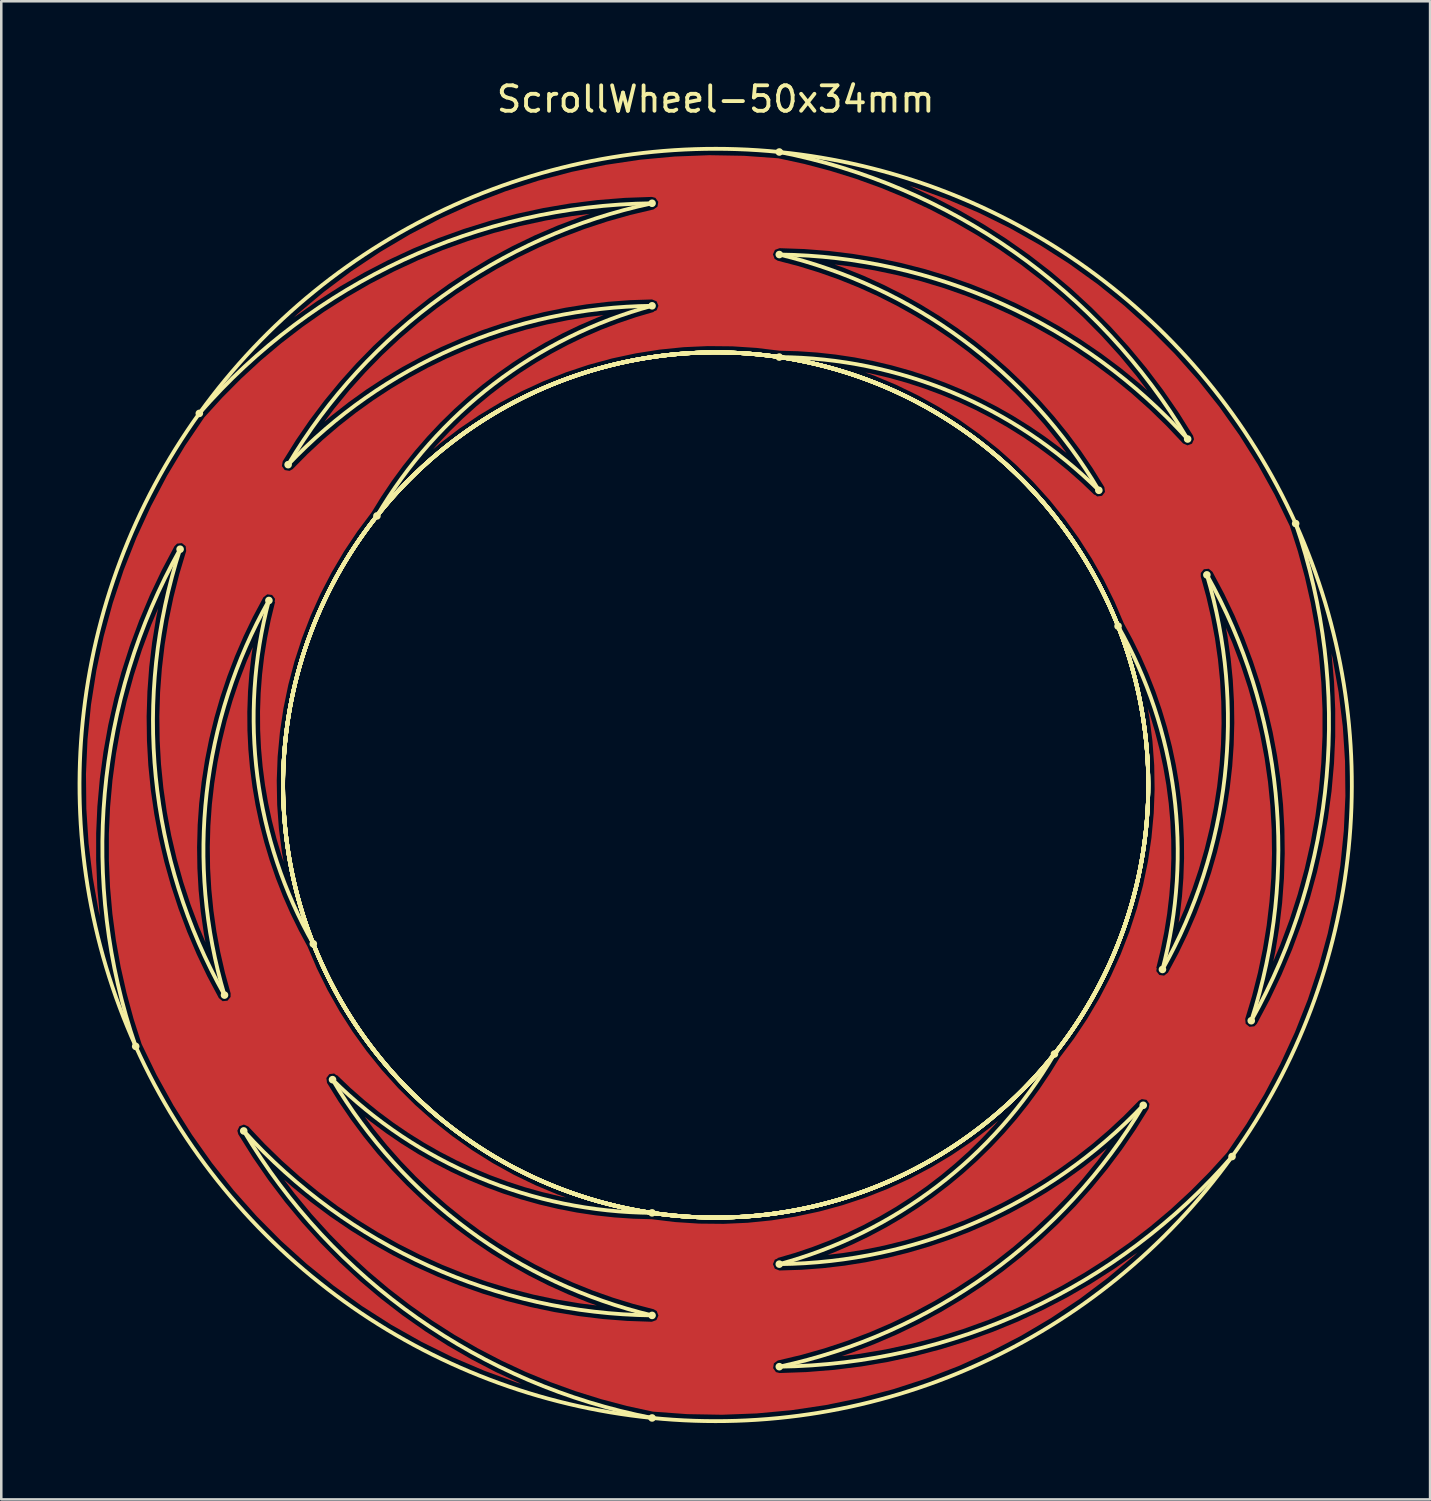
<source format=kicad_pcb>
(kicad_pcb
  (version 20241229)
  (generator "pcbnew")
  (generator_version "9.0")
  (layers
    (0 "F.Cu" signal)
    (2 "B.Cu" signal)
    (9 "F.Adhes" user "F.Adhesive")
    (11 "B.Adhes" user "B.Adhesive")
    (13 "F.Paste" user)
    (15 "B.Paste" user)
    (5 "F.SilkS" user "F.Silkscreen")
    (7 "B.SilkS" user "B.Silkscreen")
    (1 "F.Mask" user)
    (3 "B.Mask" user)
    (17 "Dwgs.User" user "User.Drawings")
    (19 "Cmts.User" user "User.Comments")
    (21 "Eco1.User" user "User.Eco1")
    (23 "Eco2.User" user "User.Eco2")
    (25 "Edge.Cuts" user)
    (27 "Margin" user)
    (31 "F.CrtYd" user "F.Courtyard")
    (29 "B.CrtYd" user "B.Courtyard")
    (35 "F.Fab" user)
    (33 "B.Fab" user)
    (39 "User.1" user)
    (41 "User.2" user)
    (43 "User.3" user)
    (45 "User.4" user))
  (footprint "ScrollWheel-50x34mm"
    (layer "F.Cu")
    (at 25.075 27.798)
    (property "Reference" "ScrollWheel-50x34mm" (at 0 -26.95 0) (layer "F.SilkS") (effects (font (size 1 1) (thickness 0.15))))
    (attr smd exclude_from_bom dnp)
    (fp_arc (start -22.792109 10.272279) (mid -22.792109 10.272279) (end -22.792109 10.272279) (stroke (width 0.15) (type default)) (layer "F.SilkS"))
    (fp_arc (start -22.792109 10.272279) (mid -24.006861 0.317302) (end -21.047173 -9.26484) (stroke (width 0.15) (type default)) (layer "F.SilkS"))
    (fp_arc (start -22.792109 10.272279) (mid -24.874685 -2.5) (end -20.292109 -14.602406) (stroke (width 0.15) (type default)) (layer "F.SilkS"))
    (fp_arc (start -21.047173 -9.26484) (mid -21.047173 -9.26484) (end -21.047173 -9.26484) (stroke (width 0.15) (type default)) (layer "F.SilkS"))
    (fp_arc (start -20.292109 -14.602406) (mid -20.292109 -14.602406) (end -20.292109 -14.602406) (stroke (width 0.15) (type default)) (layer "F.SilkS"))
    (fp_arc (start -20.292109 -14.602406) (mid -12.278222 -20.631901) (end -2.5 -22.859807) (stroke (width 0.15) (type default)) (layer "F.SilkS"))
    (fp_arc (start -20.292109 -14.602406) (mid -10.272279 -22.792109) (end 2.5 -24.874685) (stroke (width 0.15) (type default)) (layer "F.SilkS"))
    (fp_arc (start -19.302237 8.2574) (mid -22.004702 -0.321482) (end -21.047172 -9.26484) (stroke (width 0.15) (type default)) (layer "F.SilkS"))
    (fp_arc (start -19.302237 8.2574) (mid -19.302237 8.2574) (end -19.302237 8.2574) (stroke (width 0.15) (type default)) (layer "F.SilkS"))
    (fp_arc (start -19.302237 8.2574) (mid -20.005085 0.32646) (end -17.557301 -7.249962) (stroke (width 0.15) (type default)) (layer "F.SilkS"))
    (fp_arc (start -18.547173 13.594967) (mid -18.547173 13.594967) (end -18.547173 13.594967) (stroke (width 0.15) (type default)) (layer "F.SilkS"))
    (fp_arc (start -17.557301 -7.249961) (mid -17.557301 -7.249961) (end -17.557301 -7.249961) (stroke (width 0.15) (type default)) (layer "F.SilkS"))
    (fp_arc (start -16.802237 -12.587527) (mid -16.802237 -12.587527) (end -16.802237 -12.587527) (stroke (width 0.15) (type default)) (layer "F.SilkS"))
    (fp_arc (start -16.802237 -12.587527) (mid -10.285266 -17.161682) (end -2.500001 -18.830049) (stroke (width 0.15) (type default)) (layer "F.SilkS"))
    (fp_arc (start -16.802237 -12.587527) (mid -10.72394 -19.217371) (end -2.5 -22.859806) (stroke (width 0.15) (type default)) (layer "F.SilkS"))
    (fp_arc (start -15.812365 6.242522) (mid -18.008851 -0.332489) (end -17.557301 -7.249961) (stroke (width 0.15) (type default)) (layer "F.SilkS"))
    (fp_arc (start -15.812365 6.242522) (mid -15.812365 6.242522) (end -15.812365 6.242522) (stroke (width 0.15) (type default)) (layer "F.SilkS"))
    (fp_arc (start -15.812365 6.242522) (mid 10.572649 -13.312365) (end -2.5 16.815171) (stroke (width 0.15) (type default)) (layer "F.SilkS"))
    (fp_arc (start -15.812365 6.242522) (mid 10.572649 -13.312365) (end -2.5 16.815171) (stroke (width 0.15) (type default)) (layer "F.SilkS"))
    (fp_arc (start -15.057301 11.580088) (mid -15.057301 11.580088) (end -15.057301 11.580088) (stroke (width 0.15) (type default)) (layer "F.SilkS"))
    (fp_arc (start -13.312365 -10.572649) (mid 16.815171 2.5) (end -15.812365 6.242522) (stroke (width 0.15) (type default)) (layer "F.SilkS"))
    (fp_arc (start -13.312365 -10.572649) (mid 16.815171 2.5) (end -15.812365 6.242522) (stroke (width 0.15) (type default)) (layer "F.SilkS"))
    (fp_arc (start -13.312365 -10.572649) (mid -13.312365 -10.572649) (end -13.312365 -10.572649) (stroke (width 0.15) (type default)) (layer "F.SilkS"))
    (fp_arc (start -13.312365 -10.572649) (mid -8.716482 -15.762367) (end -2.5 -18.830049) (stroke (width 0.15) (type default)) (layer "F.SilkS"))
    (fp_arc (start -2.5 20.844928) (mid -11.280762 18.895891) (end -18.547173 13.594966) (stroke (width 0.15) (type default)) (layer "F.SilkS"))
    (fp_arc (start -2.5 20.844928) (mid -9.71982 17.488142) (end -15.057302 11.580088) (stroke (width 0.15) (type default)) (layer "F.SilkS"))
    (fp_arc (start -2.5 20.844928) (mid -2.5 20.844928) (end -2.5 20.844928) (stroke (width 0.15) (type default)) (layer "F.SilkS"))
    (fp_arc (start -2.5 24.874685) (mid -14.602406 20.292109) (end -22.792109 10.272279) (stroke (width 0.15) (type default)) (layer "F.SilkS"))
    (fp_arc (start -2.5 24.874685) (mid -11.728639 20.949203) (end -18.547173 13.594967) (stroke (width 0.15) (type default)) (layer "F.SilkS"))
    (fp_arc (start -2.5 24.874685) (mid -2.5 24.874685) (end -2.5 24.874685) (stroke (width 0.15) (type default)) (layer "F.SilkS"))
    (fp_arc (start -2.499999 -22.859807) (mid -2.499999 -22.859807) (end -2.499999 -22.859807) (stroke (width 0.15) (type default)) (layer "F.SilkS"))
    (fp_arc (start -2.499999 -18.83005) (mid -2.499999 -18.83005) (end -2.499999 -18.83005) (stroke (width 0.15) (type default)) (layer "F.SilkS"))
    (fp_arc (start -2.499999 16.815171) (mid -9.292369 15.429879) (end -15.0573 11.580088) (stroke (width 0.15) (type default)) (layer "F.SilkS"))
    (fp_arc (start -2.499999 16.815171) (mid -2.499999 16.815171) (end -2.499999 16.815171) (stroke (width 0.15) (type default)) (layer "F.SilkS"))
    (fp_arc (start -2.499999 16.815171) (mid -6.242523 -15.812365) (end 13.312366 10.572648) (stroke (width 0.15) (type default)) (layer "F.SilkS"))
    (fp_arc (start -2.499999 16.815171) (mid -6.242523 -15.812365) (end 13.312366 10.572648) (stroke (width 0.15) (type default)) (layer "F.SilkS"))
    (fp_arc (start 2.499999 18.83005) (mid 2.499999 18.83005) (end 2.499999 18.83005) (stroke (width 0.15) (type default)) (layer "F.SilkS"))
    (fp_arc (start 2.5 -24.874685) (mid 2.5 -24.874685) (end 2.5 -24.874685) (stroke (width 0.15) (type default)) (layer "F.SilkS"))
    (fp_arc (start 2.5 -24.874685) (mid 11.728639 -20.949203) (end 18.547173 -13.594967) (stroke (width 0.15) (type default)) (layer "F.SilkS"))
    (fp_arc (start 2.5 -24.874685) (mid 14.602406 -20.292109) (end 22.792109 -10.272279) (stroke (width 0.15) (type default)) (layer "F.SilkS"))
    (fp_arc (start 2.5 -20.844928) (mid 2.5 -20.844928) (end 2.5 -20.844928) (stroke (width 0.15) (type default)) (layer "F.SilkS"))
    (fp_arc (start 2.5 -20.844928) (mid 9.71982 -17.488142) (end 15.057302 -11.580088) (stroke (width 0.15) (type default)) (layer "F.SilkS"))
    (fp_arc (start 2.5 -20.844928) (mid 11.280762 -18.895891) (end 18.547173 -13.594966) (stroke (width 0.15) (type default)) (layer "F.SilkS"))
    (fp_arc (start 2.5 -16.815171) (mid 6.242522 15.812365) (end -13.312365 -10.572649) (stroke (width 0.15) (type default)) (layer "F.SilkS"))
    (fp_arc (start 2.5 -16.815171) (mid 6.242522 15.812365) (end -13.312365 -10.572649) (stroke (width 0.15) (type default)) (layer "F.SilkS"))
    (fp_arc (start 2.5 -16.815171) (mid 2.5 -16.815171) (end 2.5 -16.815171) (stroke (width 0.15) (type default)) (layer "F.SilkS"))
    (fp_arc (start 2.5 -16.815171) (mid 9.29237 -15.429878) (end 15.057301 -11.580088) (stroke (width 0.15) (type default)) (layer "F.SilkS"))
    (fp_arc (start 2.5 22.859807) (mid 2.5 22.859807) (end 2.5 22.859807) (stroke (width 0.15) (type default)) (layer "F.SilkS"))
    (fp_arc (start 13.312365 10.572649) (mid 8.716482 15.762367) (end 2.5 18.830049) (stroke (width 0.15) (type default)) (layer "F.SilkS"))
    (fp_arc (start 13.312365 10.572649) (mid 13.312365 10.572649) (end 13.312365 10.572649) (stroke (width 0.15) (type default)) (layer "F.SilkS"))
    (fp_arc (start 13.312365 10.572649) (mid -16.815171 -2.5) (end 15.812365 -6.242522) (stroke (width 0.15) (type default)) (layer "F.SilkS"))
    (fp_arc (start 13.312365 10.572649) (mid -16.815171 -2.5) (end 15.812365 -6.242522) (stroke (width 0.15) (type default)) (layer "F.SilkS"))
    (fp_arc (start 15.057301 -11.580088) (mid 15.057301 -11.580088) (end 15.057301 -11.580088) (stroke (width 0.15) (type default)) (layer "F.SilkS"))
    (fp_arc (start 15.812365 -6.242522) (mid -10.572649 13.312365) (end 2.5 -16.815171) (stroke (width 0.15) (type default)) (layer "F.SilkS"))
    (fp_arc (start 15.812365 -6.242522) (mid -10.572649 13.312365) (end 2.5 -16.815171) (stroke (width 0.15) (type default)) (layer "F.SilkS"))
    (fp_arc (start 15.812365 -6.242522) (mid 15.812365 -6.242522) (end 15.812365 -6.242522) (stroke (width 0.15) (type default)) (layer "F.SilkS"))
    (fp_arc (start 15.812365 -6.242522) (mid 18.008851 0.332489) (end 17.557301 7.249961) (stroke (width 0.15) (type default)) (layer "F.SilkS"))
    (fp_arc (start 16.802237 12.587527) (mid 10.72394 19.217371) (end 2.5 22.859806) (stroke (width 0.15) (type default)) (layer "F.SilkS"))
    (fp_arc (start 16.802237 12.587527) (mid 10.285266 17.161682) (end 2.500001 18.830049) (stroke (width 0.15) (type default)) (layer "F.SilkS"))
    (fp_arc (start 16.802237 12.587527) (mid 16.802237 12.587527) (end 16.802237 12.587527) (stroke (width 0.15) (type default)) (layer "F.SilkS"))
    (fp_arc (start 17.557301 7.249961) (mid 17.557301 7.249961) (end 17.557301 7.249961) (stroke (width 0.15) (type default)) (layer "F.SilkS"))
    (fp_arc (start 18.547173 -13.594967) (mid 18.547173 -13.594967) (end 18.547173 -13.594967) (stroke (width 0.15) (type default)) (layer "F.SilkS"))
    (fp_arc (start 19.302237 -8.2574) (mid 20.005085 -0.32646) (end 17.557301 7.249962) (stroke (width 0.15) (type default)) (layer "F.SilkS"))
    (fp_arc (start 19.302237 -8.2574) (mid 19.302237 -8.2574) (end 19.302237 -8.2574) (stroke (width 0.15) (type default)) (layer "F.SilkS"))
    (fp_arc (start 19.302237 -8.2574) (mid 22.004702 0.321482) (end 21.047172 9.26484) (stroke (width 0.15) (type default)) (layer "F.SilkS"))
    (fp_arc (start 20.292109 14.602406) (mid 10.272279 22.792109) (end -2.5 24.874685) (stroke (width 0.15) (type default)) (layer "F.SilkS"))
    (fp_arc (start 20.292109 14.602406) (mid 12.278222 20.631901) (end 2.5 22.859807) (stroke (width 0.15) (type default)) (layer "F.SilkS"))
    (fp_arc (start 20.292109 14.602406) (mid 20.292109 14.602406) (end 20.292109 14.602406) (stroke (width 0.15) (type default)) (layer "F.SilkS"))
    (fp_arc (start 21.047173 9.26484) (mid 21.047173 9.26484) (end 21.047173 9.26484) (stroke (width 0.15) (type default)) (layer "F.SilkS"))
    (fp_arc (start 22.792109 -10.272279) (mid 24.874685 2.5) (end 20.292109 14.602406) (stroke (width 0.15) (type default)) (layer "F.SilkS"))
    (fp_arc (start 22.792109 -10.272279) (mid 24.006861 -0.317302) (end 21.047173 9.26484) (stroke (width 0.15) (type default)) (layer "F.SilkS"))
    (fp_arc (start 22.792109 -10.272279) (mid 22.792109 -10.272279) (end 22.792109 -10.272279) (stroke (width 0.15) (type default)) (layer "F.SilkS"))
    (pad "1" smd custom (at 0 -21) (size 2.5 2.5) (layers "F.Cu") (options (anchor circle)) (primitives (gr_poly (pts (xy 1.115 -3.725) (xy 2.464 -3.627) (xy 3.481 -3.406) (xy 4.498 -3.137) (xy 5.503 -2.824) (xy 6.492 -2.466) (xy 7.465 -2.065) (xy 8.419 -1.621) (xy 9.353 -1.135) (xy 10.264 -0.609) (xy 11.151 -0.042) (xy 12.012 0.563) (xy 12.845 1.205) (xy 13.649 1.884) (xy 14.422 2.598) (xy 15.163 3.346) (xy 15.87 4.125) (xy 16.542 4.936) (xy 16.964 5.494) (xy 16.664 5.226) (xy 16.655 5.219) (xy 15.917 4.616) (xy 15.908 4.61) (xy 15.144 4.039) (xy 15.135 4.033) (xy 14.347 3.497) (xy 14.338 3.491) (xy 13.527 2.989) (xy 13.518 2.983) (xy 12.686 2.517) (xy 12.677 2.512) (xy 11.826 2.082) (xy 11.816 2.077) (xy 10.947 1.685) (xy 10.937 1.68) (xy 10.052 1.326) (xy 10.042 1.322) (xy 9.142 1.006) (xy 9.132 1.003) (xy 8.22 0.726) (xy 8.209 0.723) (xy 7.286 0.487) (xy 7.275 0.484) (xy 6.342 0.288) (xy 6.331 0.286) (xy 5.391 0.13) (xy 5.38 0.128) (xy 4.434 0.013) (xy 4.423 0.012) (xy 3.472 -0.062) (xy 3.461 -0.062) (xy 2.509 -0.095) (xy 2.329 -0.028) (xy 2.25 0.147) (xy 2.317 0.326) (xy 2.437 0.397) (xy 3.248 0.609) (xy 4.044 0.854) (xy 4.83 1.132) (xy 5.603 1.443) (xy 6.362 1.786) (xy 7.106 2.161) (xy 7.833 2.567) (xy 8.543 3.003) (xy 9.234 3.469) (xy 9.904 3.964) (xy 10.553 4.486) (xy 11.179 5.036) (xy 11.782 5.611) (xy 12.36 6.211) (xy 12.912 6.835) (xy 13.437 7.482) (xy 13.789 7.956) (xy 13.562 7.772) (xy 13.553 7.765) (xy 12.964 7.327) (xy 12.956 7.321) (xy 12.35 6.907) (xy 12.341 6.902) (xy 11.718 6.513) (xy 11.71 6.507) (xy 11.071 6.144) (xy 11.063 6.139) (xy 10.41 5.803) (xy 10.401 5.798) (xy 9.735 5.488) (xy 9.726 5.484) (xy 9.048 5.202) (xy 9.039 5.198) (xy 8.35 4.943) (xy 8.34 4.94) (xy 7.642 4.713) (xy 7.632 4.711) (xy 6.925 4.513) (xy 6.915 4.51) (xy 6.201 4.342) (xy 6.191 4.34) (xy 5.47 4.2) (xy 5.46 4.198) (xy 4.734 4.089) (xy 4.724 4.087) (xy 3.994 4.007) (xy 3.984 4.006) (xy 3.251 3.956) (xy 3.241 3.955) (xy 2.518 3.935) (xy 1.6 3.824) (xy 1.586 3.823) (xy 0.651 3.762) (xy 0.637 3.762) (xy -0.299 3.753) (xy -0.313 3.753) (xy -1.249 3.795) (xy -1.263 3.796) (xy -2.195 3.89) (xy -2.209 3.892) (xy -3.134 4.037) (xy -3.148 4.04) (xy -4.064 4.236) (xy -4.077 4.239) (xy -4.981 4.485) (xy -4.994 4.489) (xy -5.883 4.784) (xy -5.896 4.789) (xy -6.768 5.133) (xy -6.78 5.139) (xy -7.631 5.53) (xy -7.644 5.536) (xy -8.472 5.974) (xy -8.484 5.981) (xy -9.287 6.463) (xy -9.299 6.471) (xy -10.074 6.997) (xy -10.085 7.005) (xy -10.83 7.573) (xy -10.84 7.582) (xy -11.102 7.806) (xy -10.959 7.64) (xy -10.462 7.113) (xy -9.945 6.606) (xy -9.407 6.122) (xy -8.85 5.659) (xy -8.275 5.22) (xy -7.682 4.804) (xy -7.073 4.413) (xy -6.448 4.047) (xy -5.809 3.707) (xy -5.156 3.393) (xy -4.491 3.106) (xy -3.815 2.847) (xy -3.129 2.615) (xy -2.43 2.41) (xy -2.435 2.393) (xy -2.323 2.347) (xy -2.25 2.17) (xy -2.323 1.993) (xy -2.5 1.92) (xy -2.5 1.92) (xy -2.508 1.92) (xy -3.351 1.947) (xy -3.362 1.947) (xy -4.203 2.01) (xy -4.214 2.011) (xy -5.052 2.109) (xy -5.062 2.11) (xy -5.895 2.243) (xy -5.906 2.245) (xy -6.732 2.413) (xy -6.743 2.415) (xy -7.562 2.618) (xy -7.572 2.621) (xy -8.381 2.858) (xy -8.391 2.861) (xy -9.19 3.132) (xy -9.2 3.136) (xy -9.987 3.441) (xy -9.997 3.445) (xy -10.77 3.782) (xy -10.78 3.786) (xy -11.538 4.156) (xy -11.547 4.161) (xy -12.289 4.563) (xy -12.299 4.568) (xy -13.023 5) (xy -13.032 5.006) (xy -13.738 5.468) (xy -13.746 5.474) (xy -14.432 5.966) (xy -14.44 5.973) (xy -15.104 6.493) (xy -15.112 6.5) (xy -15.377 6.726) (xy -14.989 6.21) (xy -14.391 5.481) (xy -13.761 4.78) (xy -13.102 4.106) (xy -12.414 3.461) (xy -11.699 2.847) (xy -10.958 2.265) (xy -10.192 1.715) (xy -9.404 1.199) (xy -8.593 0.717) (xy -7.763 0.271) (xy -6.914 -0.138) (xy -6.048 -0.511) (xy -5.167 -0.845) (xy -4.272 -1.141) (xy -3.365 -1.398) (xy -2.442 -1.617) (xy -2.287 -1.729) (xy -2.257 -1.917) (xy -2.369 -2.073) (xy -2.509 -2.11) (xy -3.572 -2.072) (xy -3.583 -2.071) (xy -4.643 -1.986) (xy -4.654 -1.985) (xy -5.709 -1.853) (xy -5.72 -1.852) (xy -6.768 -1.673) (xy -6.779 -1.671) (xy -7.819 -1.446) (xy -7.829 -1.444) (xy -8.858 -1.173) (xy -8.868 -1.17) (xy -9.884 -0.854) (xy -9.894 -0.851) (xy -10.895 -0.49) (xy -10.905 -0.486) (xy -11.889 -0.082) (xy -11.899 -0.077) (xy -12.863 0.371) (xy -12.873 0.375) (xy -13.817 0.865) (xy -13.827 0.871) (xy -14.748 1.402) (xy -14.757 1.408) (xy -15.654 1.979) (xy -15.663 1.985) (xy -16.534 2.596) (xy -16.543 2.603) (xy -16.585 2.636) (xy -16.442 2.5) (xy -15.397 1.623) (xy -14.307 0.804) (xy -13.172 0.047) (xy -11.998 -0.647) (xy -10.787 -1.275) (xy -9.544 -1.836) (xy -8.271 -2.327) (xy -6.974 -2.747) (xy -5.655 -3.095) (xy -4.319 -3.37) (xy -2.97 -3.571) (xy -1.612 -3.697) (xy -0.249 -3.749)) (width 0) (fill yes))))
    (pad "2" smd custom (at -18.187 -10.5 60) (size 2.5 2.5) (layers "F.Cu") (options (anchor circle)) (primitives (gr_poly (pts (xy 1.115 -3.725) (xy 2.464 -3.627) (xy 3.481 -3.406) (xy 4.498 -3.137) (xy 5.503 -2.824) (xy 6.492 -2.466) (xy 7.465 -2.065) (xy 8.419 -1.621) (xy 9.353 -1.135) (xy 10.264 -0.609) (xy 11.151 -0.042) (xy 12.012 0.563) (xy 12.845 1.205) (xy 13.649 1.884) (xy 14.422 2.598) (xy 15.163 3.346) (xy 15.87 4.125) (xy 16.542 4.936) (xy 16.964 5.494) (xy 16.664 5.226) (xy 16.655 5.219) (xy 15.917 4.616) (xy 15.908 4.61) (xy 15.144 4.039) (xy 15.135 4.033) (xy 14.347 3.497) (xy 14.338 3.491) (xy 13.527 2.989) (xy 13.518 2.983) (xy 12.686 2.517) (xy 12.677 2.512) (xy 11.826 2.082) (xy 11.816 2.077) (xy 10.947 1.685) (xy 10.937 1.68) (xy 10.052 1.326) (xy 10.042 1.322) (xy 9.142 1.006) (xy 9.132 1.003) (xy 8.22 0.726) (xy 8.209 0.723) (xy 7.286 0.487) (xy 7.275 0.484) (xy 6.342 0.288) (xy 6.331 0.286) (xy 5.391 0.13) (xy 5.38 0.128) (xy 4.434 0.013) (xy 4.423 0.012) (xy 3.472 -0.062) (xy 3.461 -0.062) (xy 2.509 -0.095) (xy 2.329 -0.028) (xy 2.25 0.147) (xy 2.317 0.326) (xy 2.437 0.397) (xy 3.248 0.609) (xy 4.044 0.854) (xy 4.83 1.132) (xy 5.603 1.443) (xy 6.362 1.786) (xy 7.106 2.161) (xy 7.833 2.567) (xy 8.543 3.003) (xy 9.234 3.469) (xy 9.904 3.964) (xy 10.553 4.486) (xy 11.179 5.036) (xy 11.782 5.611) (xy 12.36 6.211) (xy 12.912 6.835) (xy 13.437 7.482) (xy 13.789 7.956) (xy 13.562 7.772) (xy 13.553 7.765) (xy 12.964 7.327) (xy 12.956 7.321) (xy 12.35 6.907) (xy 12.341 6.902) (xy 11.718 6.513) (xy 11.71 6.507) (xy 11.071 6.144) (xy 11.063 6.139) (xy 10.41 5.803) (xy 10.401 5.798) (xy 9.735 5.488) (xy 9.726 5.484) (xy 9.048 5.202) (xy 9.039 5.198) (xy 8.35 4.943) (xy 8.34 4.94) (xy 7.642 4.713) (xy 7.632 4.711) (xy 6.925 4.513) (xy 6.915 4.51) (xy 6.201 4.342) (xy 6.191 4.34) (xy 5.47 4.2) (xy 5.46 4.198) (xy 4.734 4.089) (xy 4.724 4.087) (xy 3.994 4.007) (xy 3.984 4.006) (xy 3.251 3.956) (xy 3.241 3.955) (xy 2.518 3.935) (xy 1.6 3.824) (xy 1.586 3.823) (xy 0.651 3.762) (xy 0.637 3.762) (xy -0.299 3.753) (xy -0.313 3.753) (xy -1.249 3.795) (xy -1.263 3.796) (xy -2.195 3.89) (xy -2.209 3.892) (xy -3.134 4.037) (xy -3.148 4.04) (xy -4.064 4.236) (xy -4.077 4.239) (xy -4.981 4.485) (xy -4.994 4.489) (xy -5.883 4.784) (xy -5.896 4.789) (xy -6.768 5.133) (xy -6.78 5.139) (xy -7.631 5.53) (xy -7.644 5.536) (xy -8.472 5.974) (xy -8.484 5.981) (xy -9.287 6.463) (xy -9.299 6.471) (xy -10.074 6.997) (xy -10.085 7.005) (xy -10.83 7.573) (xy -10.84 7.582) (xy -11.102 7.806) (xy -10.959 7.64) (xy -10.462 7.113) (xy -9.945 6.606) (xy -9.407 6.122) (xy -8.85 5.659) (xy -8.275 5.22) (xy -7.682 4.804) (xy -7.073 4.413) (xy -6.448 4.047) (xy -5.809 3.707) (xy -5.156 3.393) (xy -4.491 3.106) (xy -3.815 2.847) (xy -3.129 2.615) (xy -2.43 2.41) (xy -2.435 2.393) (xy -2.323 2.347) (xy -2.25 2.17) (xy -2.323 1.993) (xy -2.5 1.92) (xy -2.5 1.92) (xy -2.508 1.92) (xy -3.351 1.947) (xy -3.362 1.947) (xy -4.203 2.01) (xy -4.214 2.011) (xy -5.052 2.109) (xy -5.062 2.11) (xy -5.895 2.243) (xy -5.906 2.245) (xy -6.732 2.413) (xy -6.743 2.415) (xy -7.562 2.618) (xy -7.572 2.621) (xy -8.381 2.858) (xy -8.391 2.861) (xy -9.19 3.132) (xy -9.2 3.136) (xy -9.987 3.441) (xy -9.997 3.445) (xy -10.77 3.782) (xy -10.78 3.786) (xy -11.538 4.156) (xy -11.547 4.161) (xy -12.289 4.563) (xy -12.299 4.568) (xy -13.023 5) (xy -13.032 5.006) (xy -13.738 5.468) (xy -13.746 5.474) (xy -14.432 5.966) (xy -14.44 5.973) (xy -15.104 6.493) (xy -15.112 6.5) (xy -15.377 6.726) (xy -14.989 6.21) (xy -14.391 5.481) (xy -13.761 4.78) (xy -13.102 4.106) (xy -12.414 3.461) (xy -11.699 2.847) (xy -10.958 2.265) (xy -10.192 1.715) (xy -9.404 1.199) (xy -8.593 0.717) (xy -7.763 0.271) (xy -6.914 -0.138) (xy -6.048 -0.511) (xy -5.167 -0.845) (xy -4.272 -1.141) (xy -3.365 -1.398) (xy -2.442 -1.617) (xy -2.287 -1.729) (xy -2.257 -1.917) (xy -2.369 -2.073) (xy -2.509 -2.11) (xy -3.572 -2.072) (xy -3.583 -2.071) (xy -4.643 -1.986) (xy -4.654 -1.985) (xy -5.709 -1.853) (xy -5.72 -1.852) (xy -6.768 -1.673) (xy -6.779 -1.671) (xy -7.819 -1.446) (xy -7.829 -1.444) (xy -8.858 -1.173) (xy -8.868 -1.17) (xy -9.884 -0.854) (xy -9.894 -0.851) (xy -10.895 -0.49) (xy -10.905 -0.486) (xy -11.889 -0.082) (xy -11.899 -0.077) (xy -12.863 0.371) (xy -12.873 0.375) (xy -13.817 0.865) (xy -13.827 0.871) (xy -14.748 1.402) (xy -14.757 1.408) (xy -15.654 1.979) (xy -15.663 1.985) (xy -16.534 2.596) (xy -16.543 2.603) (xy -16.585 2.636) (xy -16.442 2.5) (xy -15.397 1.623) (xy -14.307 0.804) (xy -13.172 0.047) (xy -11.998 -0.647) (xy -10.787 -1.275) (xy -9.544 -1.836) (xy -8.271 -2.327) (xy -6.974 -2.747) (xy -5.655 -3.095) (xy -4.319 -3.37) (xy -2.97 -3.571) (xy -1.612 -3.697) (xy -0.249 -3.749)) (width 0) (fill yes))))
    (pad "3" smd custom (at -18.187 10.5 120) (size 2.5 2.5) (layers "F.Cu") (options (anchor circle)) (primitives (gr_poly (pts (xy 1.115 -3.725) (xy 2.464 -3.627) (xy 3.481 -3.406) (xy 4.498 -3.137) (xy 5.503 -2.824) (xy 6.492 -2.466) (xy 7.465 -2.065) (xy 8.419 -1.621) (xy 9.353 -1.135) (xy 10.264 -0.609) (xy 11.151 -0.042) (xy 12.012 0.563) (xy 12.845 1.205) (xy 13.649 1.884) (xy 14.422 2.598) (xy 15.163 3.346) (xy 15.87 4.125) (xy 16.542 4.936) (xy 16.964 5.494) (xy 16.664 5.226) (xy 16.655 5.219) (xy 15.917 4.616) (xy 15.908 4.61) (xy 15.144 4.039) (xy 15.135 4.033) (xy 14.347 3.497) (xy 14.338 3.491) (xy 13.527 2.989) (xy 13.518 2.983) (xy 12.686 2.517) (xy 12.677 2.512) (xy 11.826 2.082) (xy 11.816 2.077) (xy 10.947 1.685) (xy 10.937 1.68) (xy 10.052 1.326) (xy 10.042 1.322) (xy 9.142 1.006) (xy 9.132 1.003) (xy 8.22 0.726) (xy 8.209 0.723) (xy 7.286 0.487) (xy 7.275 0.484) (xy 6.342 0.288) (xy 6.331 0.286) (xy 5.391 0.13) (xy 5.38 0.128) (xy 4.434 0.013) (xy 4.423 0.012) (xy 3.472 -0.062) (xy 3.461 -0.062) (xy 2.509 -0.095) (xy 2.329 -0.028) (xy 2.25 0.147) (xy 2.317 0.326) (xy 2.437 0.397) (xy 3.248 0.609) (xy 4.044 0.854) (xy 4.83 1.132) (xy 5.603 1.443) (xy 6.362 1.786) (xy 7.106 2.161) (xy 7.833 2.567) (xy 8.543 3.003) (xy 9.234 3.469) (xy 9.904 3.964) (xy 10.553 4.486) (xy 11.179 5.036) (xy 11.782 5.611) (xy 12.36 6.211) (xy 12.912 6.835) (xy 13.437 7.482) (xy 13.789 7.956) (xy 13.562 7.772) (xy 13.553 7.765) (xy 12.964 7.327) (xy 12.956 7.321) (xy 12.35 6.907) (xy 12.341 6.902) (xy 11.718 6.513) (xy 11.71 6.507) (xy 11.071 6.144) (xy 11.063 6.139) (xy 10.41 5.803) (xy 10.401 5.798) (xy 9.735 5.488) (xy 9.726 5.484) (xy 9.048 5.202) (xy 9.039 5.198) (xy 8.35 4.943) (xy 8.34 4.94) (xy 7.642 4.713) (xy 7.632 4.711) (xy 6.925 4.513) (xy 6.915 4.51) (xy 6.201 4.342) (xy 6.191 4.34) (xy 5.47 4.2) (xy 5.46 4.198) (xy 4.734 4.089) (xy 4.724 4.087) (xy 3.994 4.007) (xy 3.984 4.006) (xy 3.251 3.956) (xy 3.241 3.955) (xy 2.518 3.935) (xy 1.6 3.824) (xy 1.586 3.823) (xy 0.651 3.762) (xy 0.637 3.762) (xy -0.299 3.753) (xy -0.313 3.753) (xy -1.249 3.795) (xy -1.263 3.796) (xy -2.195 3.89) (xy -2.209 3.892) (xy -3.134 4.037) (xy -3.148 4.04) (xy -4.064 4.236) (xy -4.077 4.239) (xy -4.981 4.485) (xy -4.994 4.489) (xy -5.883 4.784) (xy -5.896 4.789) (xy -6.768 5.133) (xy -6.78 5.139) (xy -7.631 5.53) (xy -7.644 5.536) (xy -8.472 5.974) (xy -8.484 5.981) (xy -9.287 6.463) (xy -9.299 6.471) (xy -10.074 6.997) (xy -10.085 7.005) (xy -10.83 7.573) (xy -10.84 7.582) (xy -11.102 7.806) (xy -10.959 7.64) (xy -10.462 7.113) (xy -9.945 6.606) (xy -9.407 6.122) (xy -8.85 5.659) (xy -8.275 5.22) (xy -7.682 4.804) (xy -7.073 4.413) (xy -6.448 4.047) (xy -5.809 3.707) (xy -5.156 3.393) (xy -4.491 3.106) (xy -3.815 2.847) (xy -3.129 2.615) (xy -2.43 2.41) (xy -2.435 2.393) (xy -2.323 2.347) (xy -2.25 2.17) (xy -2.323 1.993) (xy -2.5 1.92) (xy -2.5 1.92) (xy -2.508 1.92) (xy -3.351 1.947) (xy -3.362 1.947) (xy -4.203 2.01) (xy -4.214 2.011) (xy -5.052 2.109) (xy -5.062 2.11) (xy -5.895 2.243) (xy -5.906 2.245) (xy -6.732 2.413) (xy -6.743 2.415) (xy -7.562 2.618) (xy -7.572 2.621) (xy -8.381 2.858) (xy -8.391 2.861) (xy -9.19 3.132) (xy -9.2 3.136) (xy -9.987 3.441) (xy -9.997 3.445) (xy -10.77 3.782) (xy -10.78 3.786) (xy -11.538 4.156) (xy -11.547 4.161) (xy -12.289 4.563) (xy -12.299 4.568) (xy -13.023 5) (xy -13.032 5.006) (xy -13.738 5.468) (xy -13.746 5.474) (xy -14.432 5.966) (xy -14.44 5.973) (xy -15.104 6.493) (xy -15.112 6.5) (xy -15.377 6.726) (xy -14.989 6.21) (xy -14.391 5.481) (xy -13.761 4.78) (xy -13.102 4.106) (xy -12.414 3.461) (xy -11.699 2.847) (xy -10.958 2.265) (xy -10.192 1.715) (xy -9.404 1.199) (xy -8.593 0.717) (xy -7.763 0.271) (xy -6.914 -0.138) (xy -6.048 -0.511) (xy -5.167 -0.845) (xy -4.272 -1.141) (xy -3.365 -1.398) (xy -2.442 -1.617) (xy -2.287 -1.729) (xy -2.257 -1.917) (xy -2.369 -2.073) (xy -2.509 -2.11) (xy -3.572 -2.072) (xy -3.583 -2.071) (xy -4.643 -1.986) (xy -4.654 -1.985) (xy -5.709 -1.853) (xy -5.72 -1.852) (xy -6.768 -1.673) (xy -6.779 -1.671) (xy -7.819 -1.446) (xy -7.829 -1.444) (xy -8.858 -1.173) (xy -8.868 -1.17) (xy -9.884 -0.854) (xy -9.894 -0.851) (xy -10.895 -0.49) (xy -10.905 -0.486) (xy -11.889 -0.082) (xy -11.899 -0.077) (xy -12.863 0.371) (xy -12.873 0.375) (xy -13.817 0.865) (xy -13.827 0.871) (xy -14.748 1.402) (xy -14.757 1.408) (xy -15.654 1.979) (xy -15.663 1.985) (xy -16.534 2.596) (xy -16.543 2.603) (xy -16.585 2.636) (xy -16.442 2.5) (xy -15.397 1.623) (xy -14.307 0.804) (xy -13.172 0.047) (xy -11.998 -0.647) (xy -10.787 -1.275) (xy -9.544 -1.836) (xy -8.271 -2.327) (xy -6.974 -2.747) (xy -5.655 -3.095) (xy -4.319 -3.37) (xy -2.97 -3.571) (xy -1.612 -3.697) (xy -0.249 -3.749)) (width 0) (fill yes))))
    (pad "4" smd custom (at 0 21 180) (size 2.5 2.5) (layers "F.Cu") (options (anchor circle)) (primitives (gr_poly (pts (xy 1.115 -3.725) (xy 2.464 -3.627) (xy 3.481 -3.406) (xy 4.498 -3.137) (xy 5.503 -2.824) (xy 6.492 -2.466) (xy 7.465 -2.065) (xy 8.419 -1.621) (xy 9.353 -1.135) (xy 10.264 -0.609) (xy 11.151 -0.042) (xy 12.012 0.563) (xy 12.845 1.205) (xy 13.649 1.884) (xy 14.422 2.598) (xy 15.163 3.346) (xy 15.87 4.125) (xy 16.542 4.936) (xy 16.964 5.494) (xy 16.664 5.226) (xy 16.655 5.219) (xy 15.917 4.616) (xy 15.908 4.61) (xy 15.144 4.039) (xy 15.135 4.033) (xy 14.347 3.497) (xy 14.338 3.491) (xy 13.527 2.989) (xy 13.518 2.983) (xy 12.686 2.517) (xy 12.677 2.512) (xy 11.826 2.082) (xy 11.816 2.077) (xy 10.947 1.685) (xy 10.937 1.68) (xy 10.052 1.326) (xy 10.042 1.322) (xy 9.142 1.006) (xy 9.132 1.003) (xy 8.22 0.726) (xy 8.209 0.723) (xy 7.286 0.487) (xy 7.275 0.484) (xy 6.342 0.288) (xy 6.331 0.286) (xy 5.391 0.13) (xy 5.38 0.128) (xy 4.434 0.013) (xy 4.423 0.012) (xy 3.472 -0.062) (xy 3.461 -0.062) (xy 2.509 -0.095) (xy 2.329 -0.028) (xy 2.25 0.147) (xy 2.317 0.326) (xy 2.437 0.397) (xy 3.248 0.609) (xy 4.044 0.854) (xy 4.83 1.132) (xy 5.603 1.443) (xy 6.362 1.786) (xy 7.106 2.161) (xy 7.833 2.567) (xy 8.543 3.003) (xy 9.234 3.469) (xy 9.904 3.964) (xy 10.553 4.486) (xy 11.179 5.036) (xy 11.782 5.611) (xy 12.36 6.211) (xy 12.912 6.835) (xy 13.437 7.482) (xy 13.789 7.956) (xy 13.562 7.772) (xy 13.553 7.765) (xy 12.964 7.327) (xy 12.956 7.321) (xy 12.35 6.907) (xy 12.341 6.902) (xy 11.718 6.513) (xy 11.71 6.507) (xy 11.071 6.144) (xy 11.063 6.139) (xy 10.41 5.803) (xy 10.401 5.798) (xy 9.735 5.488) (xy 9.726 5.484) (xy 9.048 5.202) (xy 9.039 5.198) (xy 8.35 4.943) (xy 8.34 4.94) (xy 7.642 4.713) (xy 7.632 4.711) (xy 6.925 4.513) (xy 6.915 4.51) (xy 6.201 4.342) (xy 6.191 4.34) (xy 5.47 4.2) (xy 5.46 4.198) (xy 4.734 4.089) (xy 4.724 4.087) (xy 3.994 4.007) (xy 3.984 4.006) (xy 3.251 3.956) (xy 3.241 3.955) (xy 2.518 3.935) (xy 1.6 3.824) (xy 1.586 3.823) (xy 0.651 3.762) (xy 0.637 3.762) (xy -0.299 3.753) (xy -0.313 3.753) (xy -1.249 3.795) (xy -1.263 3.796) (xy -2.195 3.89) (xy -2.209 3.892) (xy -3.134 4.037) (xy -3.148 4.04) (xy -4.064 4.236) (xy -4.077 4.239) (xy -4.981 4.485) (xy -4.994 4.489) (xy -5.883 4.784) (xy -5.896 4.789) (xy -6.768 5.133) (xy -6.78 5.139) (xy -7.631 5.53) (xy -7.644 5.536) (xy -8.472 5.974) (xy -8.484 5.981) (xy -9.287 6.463) (xy -9.299 6.471) (xy -10.074 6.997) (xy -10.085 7.005) (xy -10.83 7.573) (xy -10.84 7.582) (xy -11.102 7.806) (xy -10.959 7.64) (xy -10.462 7.113) (xy -9.945 6.606) (xy -9.407 6.122) (xy -8.85 5.659) (xy -8.275 5.22) (xy -7.682 4.804) (xy -7.073 4.413) (xy -6.448 4.047) (xy -5.809 3.707) (xy -5.156 3.393) (xy -4.491 3.106) (xy -3.815 2.847) (xy -3.129 2.615) (xy -2.43 2.41) (xy -2.435 2.393) (xy -2.323 2.347) (xy -2.25 2.17) (xy -2.323 1.993) (xy -2.5 1.92) (xy -2.5 1.92) (xy -2.508 1.92) (xy -3.351 1.947) (xy -3.362 1.947) (xy -4.203 2.01) (xy -4.214 2.011) (xy -5.052 2.109) (xy -5.062 2.11) (xy -5.895 2.243) (xy -5.906 2.245) (xy -6.732 2.413) (xy -6.743 2.415) (xy -7.562 2.618) (xy -7.572 2.621) (xy -8.381 2.858) (xy -8.391 2.861) (xy -9.19 3.132) (xy -9.2 3.136) (xy -9.987 3.441) (xy -9.997 3.445) (xy -10.77 3.782) (xy -10.78 3.786) (xy -11.538 4.156) (xy -11.547 4.161) (xy -12.289 4.563) (xy -12.299 4.568) (xy -13.023 5) (xy -13.032 5.006) (xy -13.738 5.468) (xy -13.746 5.474) (xy -14.432 5.966) (xy -14.44 5.973) (xy -15.104 6.493) (xy -15.112 6.5) (xy -15.377 6.726) (xy -14.989 6.21) (xy -14.391 5.481) (xy -13.761 4.78) (xy -13.102 4.106) (xy -12.414 3.461) (xy -11.699 2.847) (xy -10.958 2.265) (xy -10.192 1.715) (xy -9.404 1.199) (xy -8.593 0.717) (xy -7.763 0.271) (xy -6.914 -0.138) (xy -6.048 -0.511) (xy -5.167 -0.845) (xy -4.272 -1.141) (xy -3.365 -1.398) (xy -2.442 -1.617) (xy -2.287 -1.729) (xy -2.257 -1.917) (xy -2.369 -2.073) (xy -2.509 -2.11) (xy -3.572 -2.072) (xy -3.583 -2.071) (xy -4.643 -1.986) (xy -4.654 -1.985) (xy -5.709 -1.853) (xy -5.72 -1.852) (xy -6.768 -1.673) (xy -6.779 -1.671) (xy -7.819 -1.446) (xy -7.829 -1.444) (xy -8.858 -1.173) (xy -8.868 -1.17) (xy -9.884 -0.854) (xy -9.894 -0.851) (xy -10.895 -0.49) (xy -10.905 -0.486) (xy -11.889 -0.082) (xy -11.899 -0.077) (xy -12.863 0.371) (xy -12.873 0.375) (xy -13.817 0.865) (xy -13.827 0.871) (xy -14.748 1.402) (xy -14.757 1.408) (xy -15.654 1.979) (xy -15.663 1.985) (xy -16.534 2.596) (xy -16.543 2.603) (xy -16.585 2.636) (xy -16.442 2.5) (xy -15.397 1.623) (xy -14.307 0.804) (xy -13.172 0.047) (xy -11.998 -0.647) (xy -10.787 -1.275) (xy -9.544 -1.836) (xy -8.271 -2.327) (xy -6.974 -2.747) (xy -5.655 -3.095) (xy -4.319 -3.37) (xy -2.97 -3.571) (xy -1.612 -3.697) (xy -0.249 -3.749)) (width 0) (fill yes))))
    (pad "5" smd custom (at 18.187 10.5 240) (size 2.5 2.5) (layers "F.Cu") (options (anchor circle)) (primitives (gr_poly (pts (xy 1.115 -3.725) (xy 2.464 -3.627) (xy 3.481 -3.406) (xy 4.498 -3.137) (xy 5.503 -2.824) (xy 6.492 -2.466) (xy 7.465 -2.065) (xy 8.419 -1.621) (xy 9.353 -1.135) (xy 10.264 -0.609) (xy 11.151 -0.042) (xy 12.012 0.563) (xy 12.845 1.205) (xy 13.649 1.884) (xy 14.422 2.598) (xy 15.163 3.346) (xy 15.87 4.125) (xy 16.542 4.936) (xy 16.964 5.494) (xy 16.664 5.226) (xy 16.655 5.219) (xy 15.917 4.616) (xy 15.908 4.61) (xy 15.144 4.039) (xy 15.135 4.033) (xy 14.347 3.497) (xy 14.338 3.491) (xy 13.527 2.989) (xy 13.518 2.983) (xy 12.686 2.517) (xy 12.677 2.512) (xy 11.826 2.082) (xy 11.816 2.077) (xy 10.947 1.685) (xy 10.937 1.68) (xy 10.052 1.326) (xy 10.042 1.322) (xy 9.142 1.006) (xy 9.132 1.003) (xy 8.22 0.726) (xy 8.209 0.723) (xy 7.286 0.487) (xy 7.275 0.484) (xy 6.342 0.288) (xy 6.331 0.286) (xy 5.391 0.13) (xy 5.38 0.128) (xy 4.434 0.013) (xy 4.423 0.012) (xy 3.472 -0.062) (xy 3.461 -0.062) (xy 2.509 -0.095) (xy 2.329 -0.028) (xy 2.25 0.147) (xy 2.317 0.326) (xy 2.437 0.397) (xy 3.248 0.609) (xy 4.044 0.854) (xy 4.83 1.132) (xy 5.603 1.443) (xy 6.362 1.786) (xy 7.106 2.161) (xy 7.833 2.567) (xy 8.543 3.003) (xy 9.234 3.469) (xy 9.904 3.964) (xy 10.553 4.486) (xy 11.179 5.036) (xy 11.782 5.611) (xy 12.36 6.211) (xy 12.912 6.835) (xy 13.437 7.482) (xy 13.789 7.956) (xy 13.562 7.772) (xy 13.553 7.765) (xy 12.964 7.327) (xy 12.956 7.321) (xy 12.35 6.907) (xy 12.341 6.902) (xy 11.718 6.513) (xy 11.71 6.507) (xy 11.071 6.144) (xy 11.063 6.139) (xy 10.41 5.803) (xy 10.401 5.798) (xy 9.735 5.488) (xy 9.726 5.484) (xy 9.048 5.202) (xy 9.039 5.198) (xy 8.35 4.943) (xy 8.34 4.94) (xy 7.642 4.713) (xy 7.632 4.711) (xy 6.925 4.513) (xy 6.915 4.51) (xy 6.201 4.342) (xy 6.191 4.34) (xy 5.47 4.2) (xy 5.46 4.198) (xy 4.734 4.089) (xy 4.724 4.087) (xy 3.994 4.007) (xy 3.984 4.006) (xy 3.251 3.956) (xy 3.241 3.955) (xy 2.518 3.935) (xy 1.6 3.824) (xy 1.586 3.823) (xy 0.651 3.762) (xy 0.637 3.762) (xy -0.299 3.753) (xy -0.313 3.753) (xy -1.249 3.795) (xy -1.263 3.796) (xy -2.195 3.89) (xy -2.209 3.892) (xy -3.134 4.037) (xy -3.148 4.04) (xy -4.064 4.236) (xy -4.077 4.239) (xy -4.981 4.485) (xy -4.994 4.489) (xy -5.883 4.784) (xy -5.896 4.789) (xy -6.768 5.133) (xy -6.78 5.139) (xy -7.631 5.53) (xy -7.644 5.536) (xy -8.472 5.974) (xy -8.484 5.981) (xy -9.287 6.463) (xy -9.299 6.471) (xy -10.074 6.997) (xy -10.085 7.005) (xy -10.83 7.573) (xy -10.84 7.582) (xy -11.102 7.806) (xy -10.959 7.64) (xy -10.462 7.113) (xy -9.945 6.606) (xy -9.407 6.122) (xy -8.85 5.659) (xy -8.275 5.22) (xy -7.682 4.804) (xy -7.073 4.413) (xy -6.448 4.047) (xy -5.809 3.707) (xy -5.156 3.393) (xy -4.491 3.106) (xy -3.815 2.847) (xy -3.129 2.615) (xy -2.43 2.41) (xy -2.435 2.393) (xy -2.323 2.347) (xy -2.25 2.17) (xy -2.323 1.993) (xy -2.5 1.92) (xy -2.5 1.92) (xy -2.508 1.92) (xy -3.351 1.947) (xy -3.362 1.947) (xy -4.203 2.01) (xy -4.214 2.011) (xy -5.052 2.109) (xy -5.062 2.11) (xy -5.895 2.243) (xy -5.906 2.245) (xy -6.732 2.413) (xy -6.743 2.415) (xy -7.562 2.618) (xy -7.572 2.621) (xy -8.381 2.858) (xy -8.391 2.861) (xy -9.19 3.132) (xy -9.2 3.136) (xy -9.987 3.441) (xy -9.997 3.445) (xy -10.77 3.782) (xy -10.78 3.786) (xy -11.538 4.156) (xy -11.547 4.161) (xy -12.289 4.563) (xy -12.299 4.568) (xy -13.023 5) (xy -13.032 5.006) (xy -13.738 5.468) (xy -13.746 5.474) (xy -14.432 5.966) (xy -14.44 5.973) (xy -15.104 6.493) (xy -15.112 6.5) (xy -15.377 6.726) (xy -14.989 6.21) (xy -14.391 5.481) (xy -13.761 4.78) (xy -13.102 4.106) (xy -12.414 3.461) (xy -11.699 2.847) (xy -10.958 2.265) (xy -10.192 1.715) (xy -9.404 1.199) (xy -8.593 0.717) (xy -7.763 0.271) (xy -6.914 -0.138) (xy -6.048 -0.511) (xy -5.167 -0.845) (xy -4.272 -1.141) (xy -3.365 -1.398) (xy -2.442 -1.617) (xy -2.287 -1.729) (xy -2.257 -1.917) (xy -2.369 -2.073) (xy -2.509 -2.11) (xy -3.572 -2.072) (xy -3.583 -2.071) (xy -4.643 -1.986) (xy -4.654 -1.985) (xy -5.709 -1.853) (xy -5.72 -1.852) (xy -6.768 -1.673) (xy -6.779 -1.671) (xy -7.819 -1.446) (xy -7.829 -1.444) (xy -8.858 -1.173) (xy -8.868 -1.17) (xy -9.884 -0.854) (xy -9.894 -0.851) (xy -10.895 -0.49) (xy -10.905 -0.486) (xy -11.889 -0.082) (xy -11.899 -0.077) (xy -12.863 0.371) (xy -12.873 0.375) (xy -13.817 0.865) (xy -13.827 0.871) (xy -14.748 1.402) (xy -14.757 1.408) (xy -15.654 1.979) (xy -15.663 1.985) (xy -16.534 2.596) (xy -16.543 2.603) (xy -16.585 2.636) (xy -16.442 2.5) (xy -15.397 1.623) (xy -14.307 0.804) (xy -13.172 0.047) (xy -11.998 -0.647) (xy -10.787 -1.275) (xy -9.544 -1.836) (xy -8.271 -2.327) (xy -6.974 -2.747) (xy -5.655 -3.095) (xy -4.319 -3.37) (xy -2.97 -3.571) (xy -1.612 -3.697) (xy -0.249 -3.749)) (width 0) (fill yes))))
    (pad "6" smd custom (at 18.187 -10.5 300) (size 2.5 2.5) (layers "F.Cu") (options (anchor circle)) (primitives (gr_poly (pts (xy 1.115 -3.725) (xy 2.464 -3.627) (xy 3.481 -3.406) (xy 4.498 -3.137) (xy 5.503 -2.824) (xy 6.492 -2.466) (xy 7.465 -2.065) (xy 8.419 -1.621) (xy 9.353 -1.135) (xy 10.264 -0.609) (xy 11.151 -0.042) (xy 12.012 0.563) (xy 12.845 1.205) (xy 13.649 1.884) (xy 14.422 2.598) (xy 15.163 3.346) (xy 15.87 4.125) (xy 16.542 4.936) (xy 16.964 5.494) (xy 16.664 5.226) (xy 16.655 5.219) (xy 15.917 4.616) (xy 15.908 4.61) (xy 15.144 4.039) (xy 15.135 4.033) (xy 14.347 3.497) (xy 14.338 3.491) (xy 13.527 2.989) (xy 13.518 2.983) (xy 12.686 2.517) (xy 12.677 2.512) (xy 11.826 2.082) (xy 11.816 2.077) (xy 10.947 1.685) (xy 10.937 1.68) (xy 10.052 1.326) (xy 10.042 1.322) (xy 9.142 1.006) (xy 9.132 1.003) (xy 8.22 0.726) (xy 8.209 0.723) (xy 7.286 0.487) (xy 7.275 0.484) (xy 6.342 0.288) (xy 6.331 0.286) (xy 5.391 0.13) (xy 5.38 0.128) (xy 4.434 0.013) (xy 4.423 0.012) (xy 3.472 -0.062) (xy 3.461 -0.062) (xy 2.509 -0.095) (xy 2.329 -0.028) (xy 2.25 0.147) (xy 2.317 0.326) (xy 2.437 0.397) (xy 3.248 0.609) (xy 4.044 0.854) (xy 4.83 1.132) (xy 5.603 1.443) (xy 6.362 1.786) (xy 7.106 2.161) (xy 7.833 2.567) (xy 8.543 3.003) (xy 9.234 3.469) (xy 9.904 3.964) (xy 10.553 4.486) (xy 11.179 5.036) (xy 11.782 5.611) (xy 12.36 6.211) (xy 12.912 6.835) (xy 13.437 7.482) (xy 13.789 7.956) (xy 13.562 7.772) (xy 13.553 7.765) (xy 12.964 7.327) (xy 12.956 7.321) (xy 12.35 6.907) (xy 12.341 6.902) (xy 11.718 6.513) (xy 11.71 6.507) (xy 11.071 6.144) (xy 11.063 6.139) (xy 10.41 5.803) (xy 10.401 5.798) (xy 9.735 5.488) (xy 9.726 5.484) (xy 9.048 5.202) (xy 9.039 5.198) (xy 8.35 4.943) (xy 8.34 4.94) (xy 7.642 4.713) (xy 7.632 4.711) (xy 6.925 4.513) (xy 6.915 4.51) (xy 6.201 4.342) (xy 6.191 4.34) (xy 5.47 4.2) (xy 5.46 4.198) (xy 4.734 4.089) (xy 4.724 4.087) (xy 3.994 4.007) (xy 3.984 4.006) (xy 3.251 3.956) (xy 3.241 3.955) (xy 2.518 3.935) (xy 1.6 3.824) (xy 1.586 3.823) (xy 0.651 3.762) (xy 0.637 3.762) (xy -0.299 3.753) (xy -0.313 3.753) (xy -1.249 3.795) (xy -1.263 3.796) (xy -2.195 3.89) (xy -2.209 3.892) (xy -3.134 4.037) (xy -3.148 4.04) (xy -4.064 4.236) (xy -4.077 4.239) (xy -4.981 4.485) (xy -4.994 4.489) (xy -5.883 4.784) (xy -5.896 4.789) (xy -6.768 5.133) (xy -6.78 5.139) (xy -7.631 5.53) (xy -7.644 5.536) (xy -8.472 5.974) (xy -8.484 5.981) (xy -9.287 6.463) (xy -9.299 6.471) (xy -10.074 6.997) (xy -10.085 7.005) (xy -10.83 7.573) (xy -10.84 7.582) (xy -11.102 7.806) (xy -10.959 7.64) (xy -10.462 7.113) (xy -9.945 6.606) (xy -9.407 6.122) (xy -8.85 5.659) (xy -8.275 5.22) (xy -7.682 4.804) (xy -7.073 4.413) (xy -6.448 4.047) (xy -5.809 3.707) (xy -5.156 3.393) (xy -4.491 3.106) (xy -3.815 2.847) (xy -3.129 2.615) (xy -2.43 2.41) (xy -2.435 2.393) (xy -2.323 2.347) (xy -2.25 2.17) (xy -2.323 1.993) (xy -2.5 1.92) (xy -2.5 1.92) (xy -2.508 1.92) (xy -3.351 1.947) (xy -3.362 1.947) (xy -4.203 2.01) (xy -4.214 2.011) (xy -5.052 2.109) (xy -5.062 2.11) (xy -5.895 2.243) (xy -5.906 2.245) (xy -6.732 2.413) (xy -6.743 2.415) (xy -7.562 2.618) (xy -7.572 2.621) (xy -8.381 2.858) (xy -8.391 2.861) (xy -9.19 3.132) (xy -9.2 3.136) (xy -9.987 3.441) (xy -9.997 3.445) (xy -10.77 3.782) (xy -10.78 3.786) (xy -11.538 4.156) (xy -11.547 4.161) (xy -12.289 4.563) (xy -12.299 4.568) (xy -13.023 5) (xy -13.032 5.006) (xy -13.738 5.468) (xy -13.746 5.474) (xy -14.432 5.966) (xy -14.44 5.973) (xy -15.104 6.493) (xy -15.112 6.5) (xy -15.377 6.726) (xy -14.989 6.21) (xy -14.391 5.481) (xy -13.761 4.78) (xy -13.102 4.106) (xy -12.414 3.461) (xy -11.699 2.847) (xy -10.958 2.265) (xy -10.192 1.715) (xy -9.404 1.199) (xy -8.593 0.717) (xy -7.763 0.271) (xy -6.914 -0.138) (xy -6.048 -0.511) (xy -5.167 -0.845) (xy -4.272 -1.141) (xy -3.365 -1.398) (xy -2.442 -1.617) (xy -2.287 -1.729) (xy -2.257 -1.917) (xy -2.369 -2.073) (xy -2.509 -2.11) (xy -3.572 -2.072) (xy -3.583 -2.071) (xy -4.643 -1.986) (xy -4.654 -1.985) (xy -5.709 -1.853) (xy -5.72 -1.852) (xy -6.768 -1.673) (xy -6.779 -1.671) (xy -7.819 -1.446) (xy -7.829 -1.444) (xy -8.858 -1.173) (xy -8.868 -1.17) (xy -9.884 -0.854) (xy -9.894 -0.851) (xy -10.895 -0.49) (xy -10.905 -0.486) (xy -11.889 -0.082) (xy -11.899 -0.077) (xy -12.863 0.371) (xy -12.873 0.375) (xy -13.817 0.865) (xy -13.827 0.871) (xy -14.748 1.402) (xy -14.757 1.408) (xy -15.654 1.979) (xy -15.663 1.985) (xy -16.534 2.596) (xy -16.543 2.603) (xy -16.585 2.636) (xy -16.442 2.5) (xy -15.397 1.623) (xy -14.307 0.804) (xy -13.172 0.047) (xy -11.998 -0.647) (xy -10.787 -1.275) (xy -9.544 -1.836) (xy -8.271 -2.327) (xy -6.974 -2.747) (xy -5.655 -3.095) (xy -4.319 -3.37) (xy -2.97 -3.571) (xy -1.612 -3.697) (xy -0.249 -3.749)) (width 0) (fill yes)))))
  (gr_rect
    (start -3 -3)
    (end 53.15 55.873)
    (stroke (width 0.1) (type default))
    (fill no)
    (layer "Edge.Cuts")))
</source>
